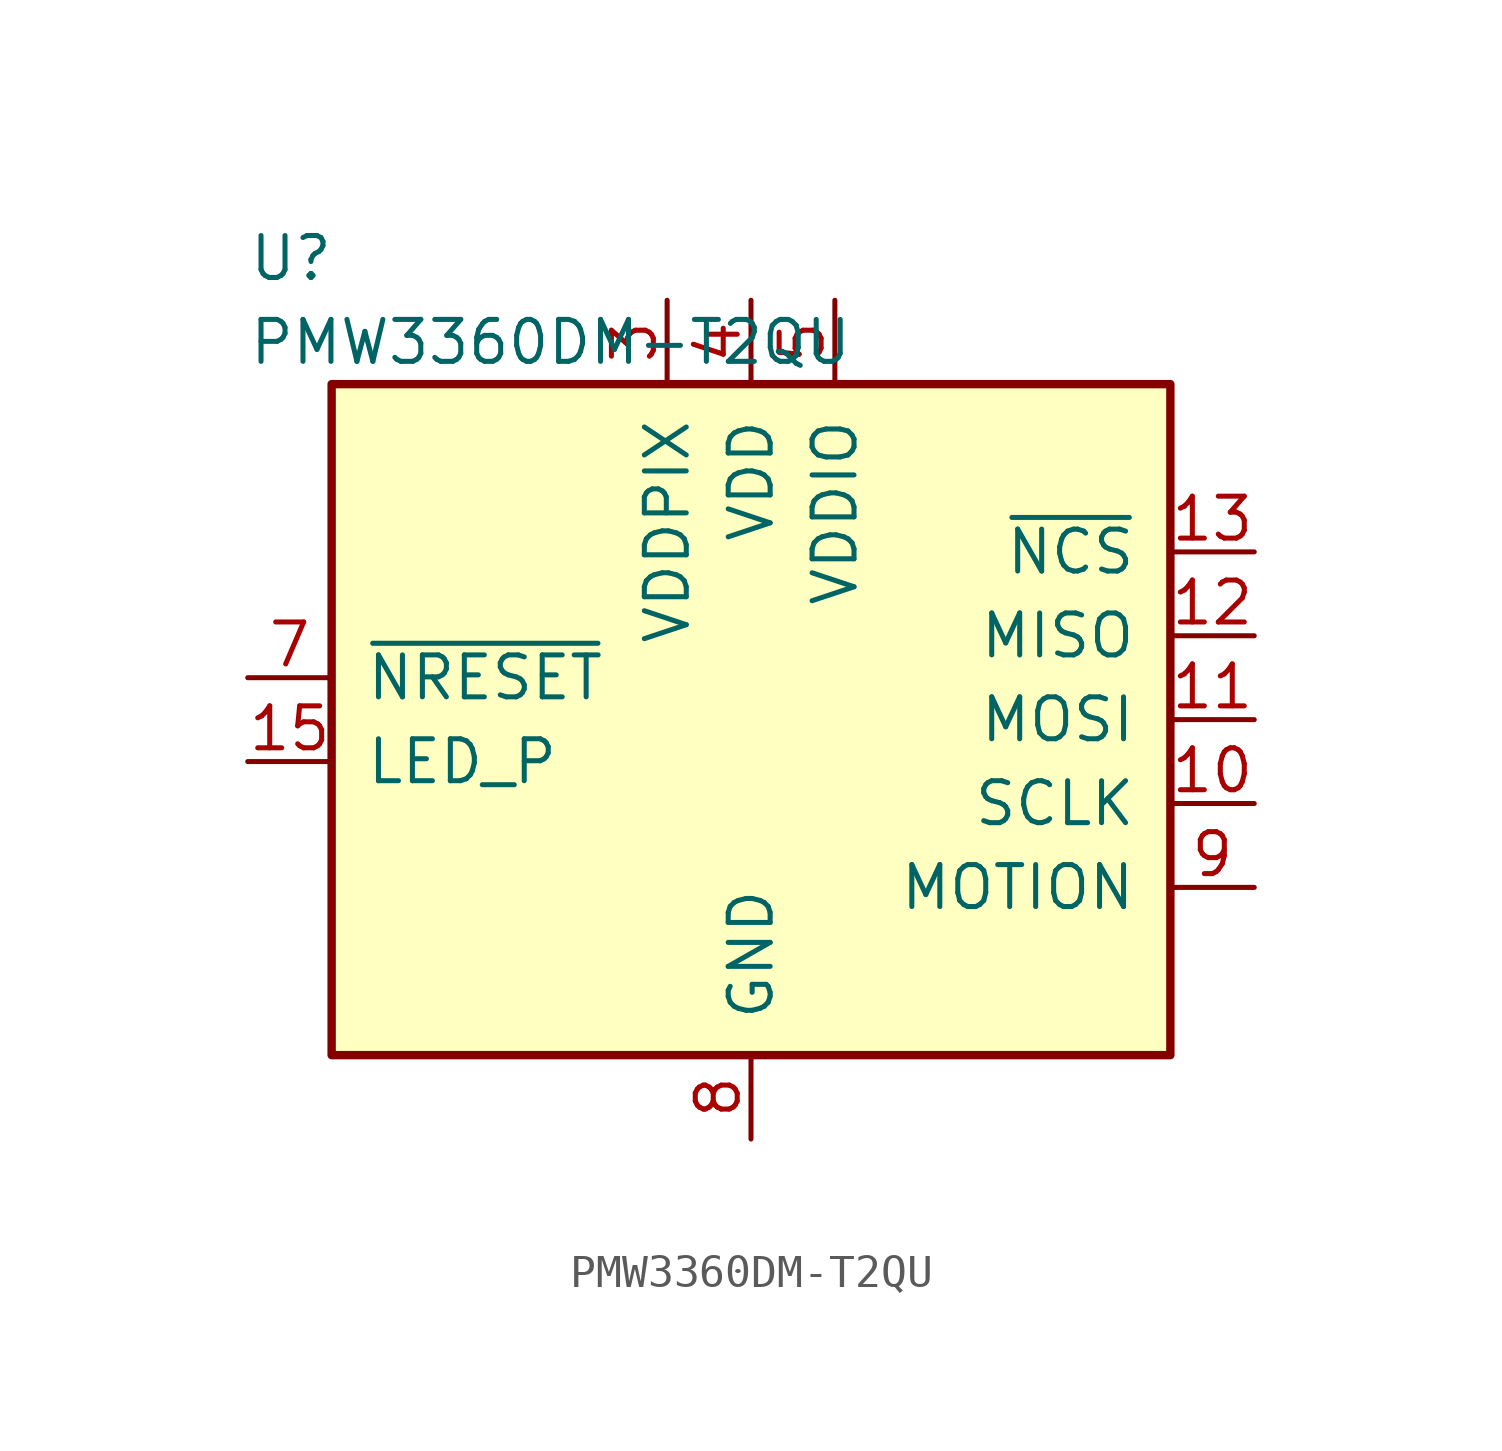
<source format=kicad_sym>
(kicad_symbol_lib
  (version 20201005)
  (generator kicad_symbol_editor)
  (symbol "Sensor_Optical_rhssk:PMW3360DM-T2QU"
    (pin_names
      (offset 1.016))
    (property "Reference" "U"
      (at -15.24 21.59 0)
      (effects (font (size 1.27 1.27)) (justify left)))
    (property "Value" "PMW3360DM-T2QU"
      (at -15.24 19.05 0)
      (effects (font (size 1.27 1.27)) (justify left)))
    (symbol "PMW3360DM-T2QU_0_1"
      (rectangle (start -12.7 17.78) (end 12.7 -2.54) (stroke (width 0.254)) (fill (type background))))
    (symbol "PMW3360DM-T2QU_1_1"
      (pin power_in line (at 0 -5.08 90) (length 2.54) (name "GND" (effects (font (size 1.27 1.27)))) (number "8" (effects (font (size 1.27 1.27)))))
      (pin input line (at -15.24 8.89 0) (length 2.54) (name "~NRESET~" (effects (font (size 1.27 1.27)))) (number "7" (effects (font (size 1.27 1.27)))))
      (pin input line (at -15.24 6.35 0) (length 2.54) (name "LED_P" (effects (font (size 1.27 1.27)))) (number "15" (effects (font (size 1.27 1.27)))))
      (pin power_in line (at 0 20.32 270) (length 2.54) (name "VDD" (effects (font (size 1.27 1.27)))) (number "4" (effects (font (size 1.27 1.27)))))
      (pin unconnected line (at -10.16 -5.08 90) (length 2.54) hide (name "NC" (effects (font (size 1.27 1.27)))) (number "1" (effects (font (size 1.27 1.27)))))
      (pin power_in line (at 2.54 20.32 270) (length 2.54) (name "VDDIO" (effects (font (size 1.27 1.27)))) (number "5" (effects (font (size 1.27 1.27)))))
      (pin input line (at 15.24 5.08 180) (length 2.54) (name "SCLK" (effects (font (size 1.27 1.27)))) (number "10" (effects (font (size 1.27 1.27)))))
      (pin input line (at 15.24 7.62 180) (length 2.54) (name "MOSI" (effects (font (size 1.27 1.27)))) (number "11" (effects (font (size 1.27 1.27)))))
      (pin output line (at 15.24 10.16 180) (length 2.54) (name "MISO" (effects (font (size 1.27 1.27)))) (number "12" (effects (font (size 1.27 1.27)))))
      (pin input line (at 15.24 12.7 180) (length 2.54) (name "~NCS~" (effects (font (size 1.27 1.27)))) (number "13" (effects (font (size 1.27 1.27)))))
      (pin power_in line (at -2.54 20.32 270) (length 2.54) (name "VDDPIX" (effects (font (size 1.27 1.27)))) (number "3" (effects (font (size 1.27 1.27)))))
      (pin unconnected line (at -7.62 -5.08 90) (length 2.54) hide (name "NC" (effects (font (size 1.27 1.27)))) (number "2" (effects (font (size 1.27 1.27)))))
      (pin unconnected line (at 5.08 -5.08 90) (length 2.54) hide (name "NC" (effects (font (size 1.27 1.27)))) (number "6" (effects (font (size 1.27 1.27)))))
      (pin unconnected line (at 7.62 -5.08 90) (length 2.54) hide (name "NC" (effects (font (size 1.27 1.27)))) (number "14" (effects (font (size 1.27 1.27)))))
      (pin unconnected line (at 10.16 -5.08 90) (length 2.54) hide (name "NC" (effects (font (size 1.27 1.27)))) (number "16" (effects (font (size 1.27 1.27)))))
      (pin output line (at 15.24 2.54 180) (length 2.54) (name "MOTION" (effects (font (size 1.27 1.27)))) (number "9" (effects (font (size 1.27 1.27))))))))
</source>
